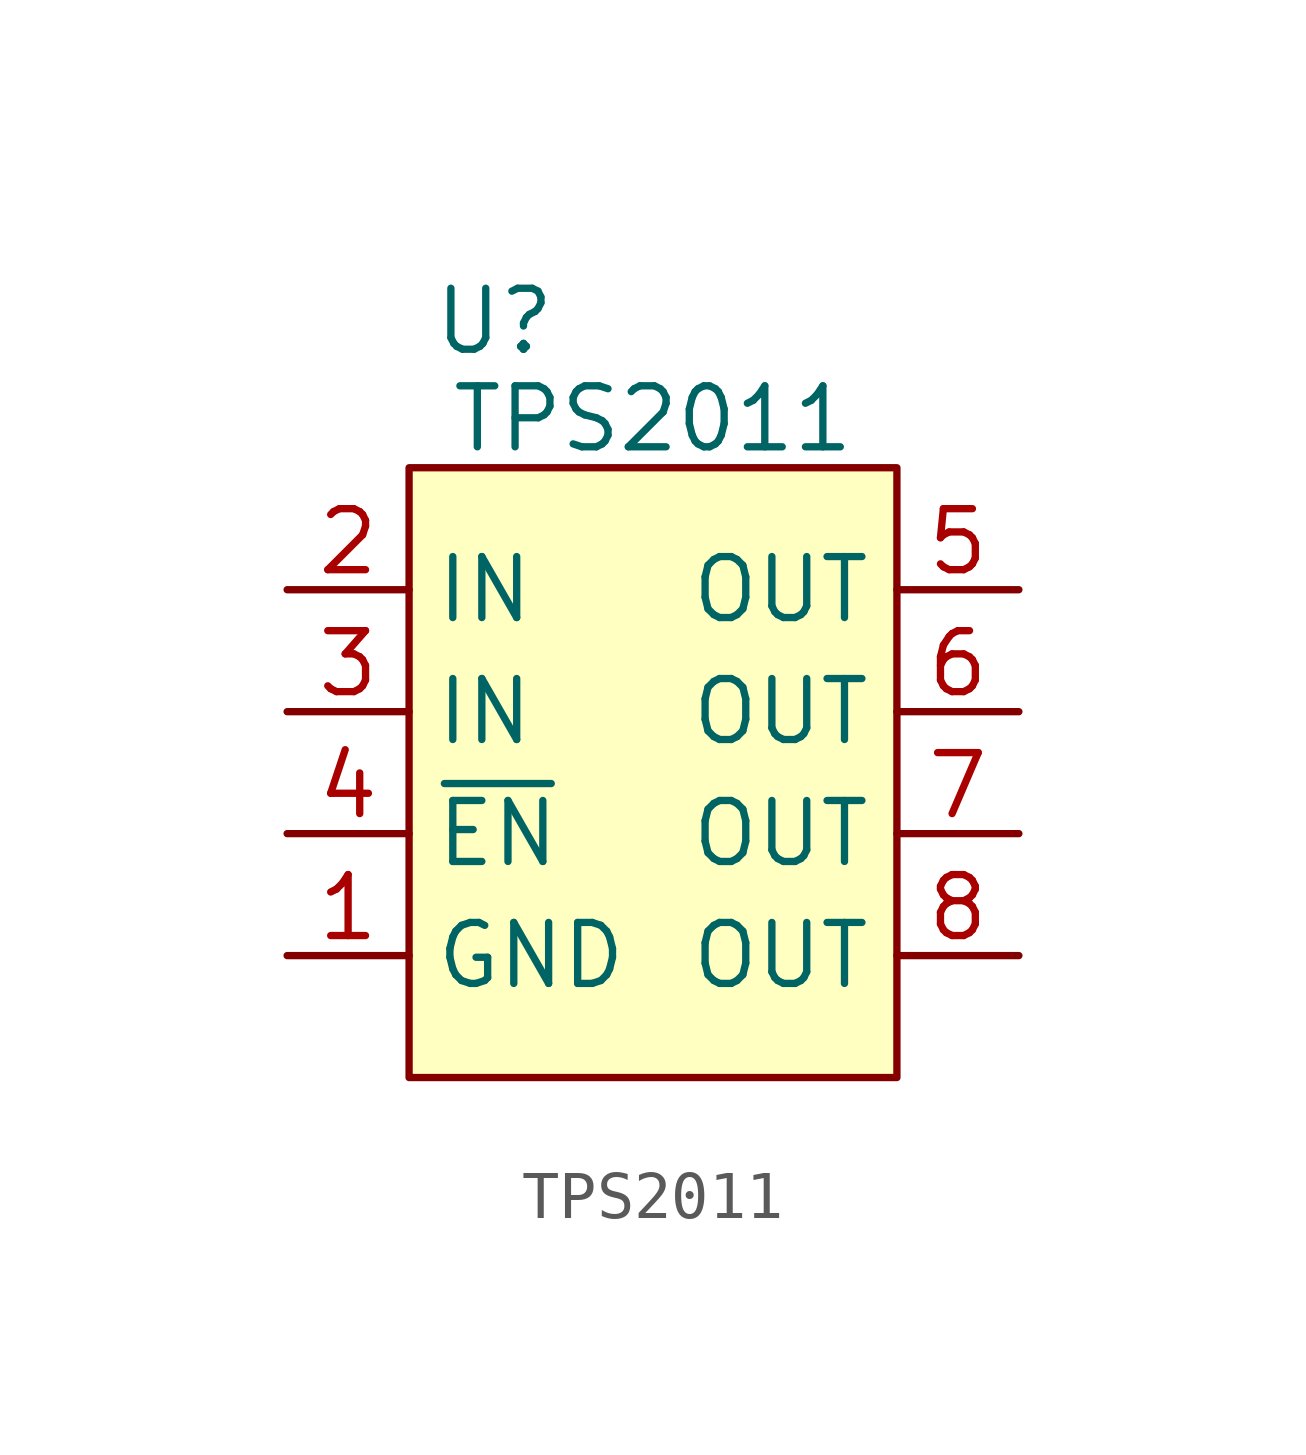
<source format=kicad_sym>
(kicad_symbol_lib
  (version 20241209)
  (generator "kicad_symbol_editor")
  (generator_version "9.0")
  (symbol "TPS2011"
    (property "Reference" "U"
      (at 1.778 3.048 0)
      (effects (font (size 1.27 1.27))))
    (property "Value" "TPS2011"
      (at 5.08 1.016 0)
      (effects (font (size 1.27 1.27))))
    (symbol "TPS2011_1_1"
      (rectangle (start 0 0) (end 10.16 -12.7) (stroke (width 0) (type solid)) (fill (type background)))
      (pin power_in line (at -2.54 -2.54 0) (length 2.54) (name "IN" (effects (font (size 1.27 1.27)))) (number "2" (effects (font (size 1.27 1.27)))))
      (pin power_in line (at -2.54 -5.08 0) (length 2.54) (name "IN" (effects (font (size 1.27 1.27)))) (number "3" (effects (font (size 1.27 1.27)))))
      (pin input line (at -2.54 -7.62 0) (length 2.54) (name "~{EN}" (effects (font (size 1.27 1.27)))) (number "4" (effects (font (size 1.27 1.27)))))
      (pin power_in line (at -2.54 -10.16 0) (length 2.54) (name "GND" (effects (font (size 1.27 1.27)))) (number "1" (effects (font (size 1.27 1.27)))))
      (pin power_out line (at 12.7 -2.54 180) (length 2.54) (name "OUT" (effects (font (size 1.27 1.27)))) (number "5" (effects (font (size 1.27 1.27)))))
      (pin power_out line (at 12.7 -5.08 180) (length 2.54) (name "OUT" (effects (font (size 1.27 1.27)))) (number "6" (effects (font (size 1.27 1.27)))))
      (pin power_out line (at 12.7 -7.62 180) (length 2.54) (name "OUT" (effects (font (size 1.27 1.27)))) (number "7" (effects (font (size 1.27 1.27)))))
      (pin power_out line (at 12.7 -10.16 180) (length 2.54) (name "OUT" (effects (font (size 1.27 1.27)))) (number "8" (effects (font (size 1.27 1.27))))))))
</source>
